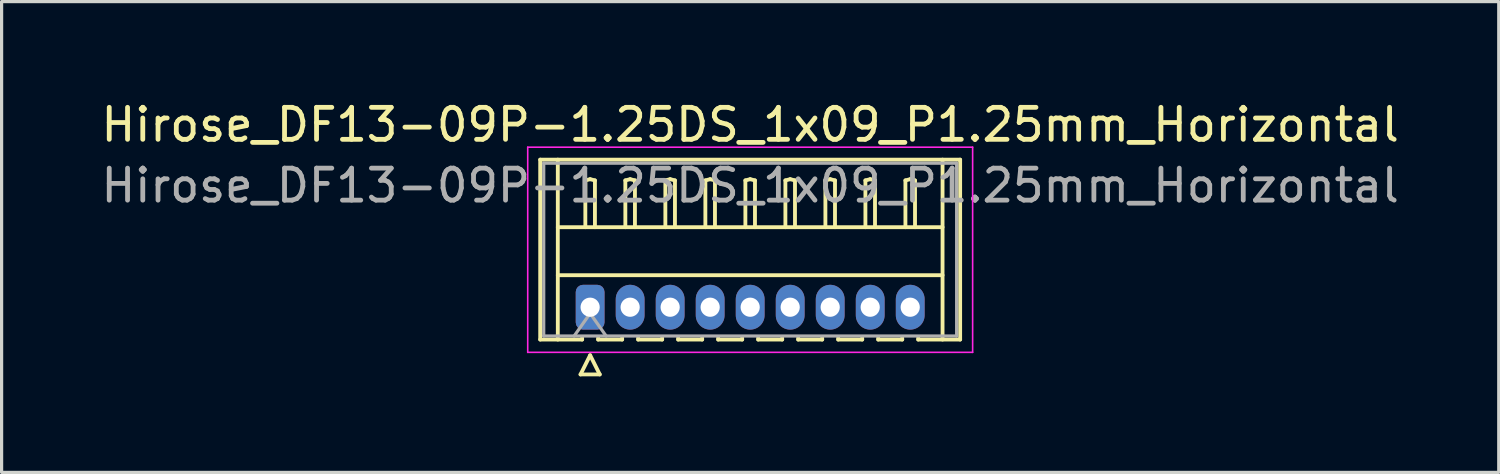
<source format=kicad_pcb>
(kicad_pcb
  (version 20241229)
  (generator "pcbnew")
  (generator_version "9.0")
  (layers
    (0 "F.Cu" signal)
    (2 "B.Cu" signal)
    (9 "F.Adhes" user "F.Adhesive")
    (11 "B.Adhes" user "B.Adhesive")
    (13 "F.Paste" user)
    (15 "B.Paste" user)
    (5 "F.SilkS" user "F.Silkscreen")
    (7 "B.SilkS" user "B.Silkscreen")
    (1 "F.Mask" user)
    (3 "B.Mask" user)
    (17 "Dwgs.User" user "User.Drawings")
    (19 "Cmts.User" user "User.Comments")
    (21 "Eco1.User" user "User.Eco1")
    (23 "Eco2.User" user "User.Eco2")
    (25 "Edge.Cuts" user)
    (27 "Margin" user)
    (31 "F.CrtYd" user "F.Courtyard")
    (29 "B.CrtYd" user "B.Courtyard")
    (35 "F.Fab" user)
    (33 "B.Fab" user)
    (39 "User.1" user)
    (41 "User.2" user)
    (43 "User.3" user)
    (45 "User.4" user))
  (footprint "Hirose_DF13-09P-1.25DS_1x09_P1.25mm_Horizontal"
    (layer "F.Cu")
    (at 15.387 6.548)
    (property "Reference" "Hirose_DF13-09P-1.25DS_1x09_P1.25mm_Horizontal" (at 5 -5.7 0) (layer "F.SilkS") (effects (font (size 1 1) (thickness 0.15))))
    (attr through_hole)
    (fp_line (start -1.56 -4.61) (end 11.56 -4.61) (stroke (width 0.12) (type solid)) (layer "F.SilkS"))
    (fp_line (start -1.56 1.01) (end -1.56 -4.61) (stroke (width 0.12) (type solid)) (layer "F.SilkS"))
    (fp_line (start -1.01 -4.61) (end -1.01 1.01) (stroke (width 0.12) (type solid)) (layer "F.SilkS"))
    (fp_line (start -1.01 -2.5) (end 11.01 -2.5) (stroke (width 0.12) (type solid)) (layer "F.SilkS"))
    (fp_line (start -1.01 -1) (end 11.01 -1) (stroke (width 0.12) (type solid)) (layer "F.SilkS"))
    (fp_line (start -0.3 2.1) (end 0.3 2.1) (stroke (width 0.12) (type solid)) (layer "F.SilkS"))
    (fp_line (start -0.25 0.96) (end -0.25 1.01) (stroke (width 0.12) (type solid)) (layer "F.SilkS"))
    (fp_line (start -0.25 1.01) (end -1.56 1.01) (stroke (width 0.12) (type solid)) (layer "F.SilkS"))
    (fp_line (start -0.15 -3.962) (end 0 -4) (stroke (width 0.12) (type solid)) (layer "F.SilkS"))
    (fp_line (start -0.15 -2.5) (end -0.15 -3.962) (stroke (width 0.12) (type solid)) (layer "F.SilkS"))
    (fp_line (start 0 -4) (end 0.15 -3.962) (stroke (width 0.12) (type solid)) (layer "F.SilkS"))
    (fp_line (start 0 1.5) (end -0.3 2.1) (stroke (width 0.12) (type solid)) (layer "F.SilkS"))
    (fp_line (start 0.15 -3.962) (end 0.15 -2.5) (stroke (width 0.12) (type solid)) (layer "F.SilkS"))
    (fp_line (start 0.25 0.96) (end 0.25 1.01) (stroke (width 0.12) (type solid)) (layer "F.SilkS"))
    (fp_line (start 0.25 1.01) (end 1 1.01) (stroke (width 0.12) (type solid)) (layer "F.SilkS"))
    (fp_line (start 0.3 2.1) (end 0 1.5) (stroke (width 0.12) (type solid)) (layer "F.SilkS"))
    (fp_line (start 1 1.01) (end 1 0.96) (stroke (width 0.12) (type solid)) (layer "F.SilkS"))
    (fp_line (start 1.1 -3.962) (end 1.25 -4) (stroke (width 0.12) (type solid)) (layer "F.SilkS"))
    (fp_line (start 1.1 -2.5) (end 1.1 -3.962) (stroke (width 0.12) (type solid)) (layer "F.SilkS"))
    (fp_line (start 1.25 -4) (end 1.4 -3.962) (stroke (width 0.12) (type solid)) (layer "F.SilkS"))
    (fp_line (start 1.4 -3.962) (end 1.4 -2.5) (stroke (width 0.12) (type solid)) (layer "F.SilkS"))
    (fp_line (start 1.5 0.96) (end 1.5 1.01) (stroke (width 0.12) (type solid)) (layer "F.SilkS"))
    (fp_line (start 1.5 1.01) (end 2.25 1.01) (stroke (width 0.12) (type solid)) (layer "F.SilkS"))
    (fp_line (start 2.25 1.01) (end 2.25 0.96) (stroke (width 0.12) (type solid)) (layer "F.SilkS"))
    (fp_line (start 2.35 -3.962) (end 2.5 -4) (stroke (width 0.12) (type solid)) (layer "F.SilkS"))
    (fp_line (start 2.35 -2.5) (end 2.35 -3.962) (stroke (width 0.12) (type solid)) (layer "F.SilkS"))
    (fp_line (start 2.5 -4) (end 2.65 -3.962) (stroke (width 0.12) (type solid)) (layer "F.SilkS"))
    (fp_line (start 2.65 -3.962) (end 2.65 -2.5) (stroke (width 0.12) (type solid)) (layer "F.SilkS"))
    (fp_line (start 2.75 0.96) (end 2.75 1.01) (stroke (width 0.12) (type solid)) (layer "F.SilkS"))
    (fp_line (start 2.75 1.01) (end 3.5 1.01) (stroke (width 0.12) (type solid)) (layer "F.SilkS"))
    (fp_line (start 3.5 1.01) (end 3.5 0.96) (stroke (width 0.12) (type solid)) (layer "F.SilkS"))
    (fp_line (start 3.6 -3.962) (end 3.75 -4) (stroke (width 0.12) (type solid)) (layer "F.SilkS"))
    (fp_line (start 3.6 -2.5) (end 3.6 -3.962) (stroke (width 0.12) (type solid)) (layer "F.SilkS"))
    (fp_line (start 3.75 -4) (end 3.9 -3.962) (stroke (width 0.12) (type solid)) (layer "F.SilkS"))
    (fp_line (start 3.9 -3.962) (end 3.9 -2.5) (stroke (width 0.12) (type solid)) (layer "F.SilkS"))
    (fp_line (start 4 0.96) (end 4 1.01) (stroke (width 0.12) (type solid)) (layer "F.SilkS"))
    (fp_line (start 4 1.01) (end 4.75 1.01) (stroke (width 0.12) (type solid)) (layer "F.SilkS"))
    (fp_line (start 4.75 1.01) (end 4.75 0.96) (stroke (width 0.12) (type solid)) (layer "F.SilkS"))
    (fp_line (start 4.85 -3.962) (end 5 -4) (stroke (width 0.12) (type solid)) (layer "F.SilkS"))
    (fp_line (start 4.85 -2.5) (end 4.85 -3.962) (stroke (width 0.12) (type solid)) (layer "F.SilkS"))
    (fp_line (start 5 -4) (end 5.15 -3.962) (stroke (width 0.12) (type solid)) (layer "F.SilkS"))
    (fp_line (start 5.15 -3.962) (end 5.15 -2.5) (stroke (width 0.12) (type solid)) (layer "F.SilkS"))
    (fp_line (start 5.25 0.96) (end 5.25 1.01) (stroke (width 0.12) (type solid)) (layer "F.SilkS"))
    (fp_line (start 5.25 1.01) (end 6 1.01) (stroke (width 0.12) (type solid)) (layer "F.SilkS"))
    (fp_line (start 6 1.01) (end 6 0.96) (stroke (width 0.12) (type solid)) (layer "F.SilkS"))
    (fp_line (start 6.1 -3.962) (end 6.25 -4) (stroke (width 0.12) (type solid)) (layer "F.SilkS"))
    (fp_line (start 6.1 -2.5) (end 6.1 -3.962) (stroke (width 0.12) (type solid)) (layer "F.SilkS"))
    (fp_line (start 6.25 -4) (end 6.4 -3.962) (stroke (width 0.12) (type solid)) (layer "F.SilkS"))
    (fp_line (start 6.4 -3.962) (end 6.4 -2.5) (stroke (width 0.12) (type solid)) (layer "F.SilkS"))
    (fp_line (start 6.5 0.96) (end 6.5 1.01) (stroke (width 0.12) (type solid)) (layer "F.SilkS"))
    (fp_line (start 6.5 1.01) (end 7.25 1.01) (stroke (width 0.12) (type solid)) (layer "F.SilkS"))
    (fp_line (start 7.25 1.01) (end 7.25 0.96) (stroke (width 0.12) (type solid)) (layer "F.SilkS"))
    (fp_line (start 7.35 -3.962) (end 7.5 -4) (stroke (width 0.12) (type solid)) (layer "F.SilkS"))
    (fp_line (start 7.35 -2.5) (end 7.35 -3.962) (stroke (width 0.12) (type solid)) (layer "F.SilkS"))
    (fp_line (start 7.5 -4) (end 7.65 -3.962) (stroke (width 0.12) (type solid)) (layer "F.SilkS"))
    (fp_line (start 7.65 -3.962) (end 7.65 -2.5) (stroke (width 0.12) (type solid)) (layer "F.SilkS"))
    (fp_line (start 7.75 0.96) (end 7.75 1.01) (stroke (width 0.12) (type solid)) (layer "F.SilkS"))
    (fp_line (start 7.75 1.01) (end 8.5 1.01) (stroke (width 0.12) (type solid)) (layer "F.SilkS"))
    (fp_line (start 8.5 1.01) (end 8.5 0.96) (stroke (width 0.12) (type solid)) (layer "F.SilkS"))
    (fp_line (start 8.6 -3.962) (end 8.75 -4) (stroke (width 0.12) (type solid)) (layer "F.SilkS"))
    (fp_line (start 8.6 -2.5) (end 8.6 -3.962) (stroke (width 0.12) (type solid)) (layer "F.SilkS"))
    (fp_line (start 8.75 -4) (end 8.9 -3.962) (stroke (width 0.12) (type solid)) (layer "F.SilkS"))
    (fp_line (start 8.9 -3.962) (end 8.9 -2.5) (stroke (width 0.12) (type solid)) (layer "F.SilkS"))
    (fp_line (start 9 0.96) (end 9 1.01) (stroke (width 0.12) (type solid)) (layer "F.SilkS"))
    (fp_line (start 9 1.01) (end 9.75 1.01) (stroke (width 0.12) (type solid)) (layer "F.SilkS"))
    (fp_line (start 9.75 1.01) (end 9.75 0.96) (stroke (width 0.12) (type solid)) (layer "F.SilkS"))
    (fp_line (start 9.85 -3.962) (end 10 -4) (stroke (width 0.12) (type solid)) (layer "F.SilkS"))
    (fp_line (start 9.85 -2.5) (end 9.85 -3.962) (stroke (width 0.12) (type solid)) (layer "F.SilkS"))
    (fp_line (start 10 -4) (end 10.15 -3.962) (stroke (width 0.12) (type solid)) (layer "F.SilkS"))
    (fp_line (start 10.15 -3.962) (end 10.15 -2.5) (stroke (width 0.12) (type solid)) (layer "F.SilkS"))
    (fp_line (start 10.25 1.01) (end 10.25 0.96) (stroke (width 0.12) (type solid)) (layer "F.SilkS"))
    (fp_line (start 11.01 -4.61) (end 11.01 1.01) (stroke (width 0.12) (type solid)) (layer "F.SilkS"))
    (fp_line (start 11.56 -4.61) (end 11.56 1.01) (stroke (width 0.12) (type solid)) (layer "F.SilkS"))
    (fp_line (start 11.56 1.01) (end 10.25 1.01) (stroke (width 0.12) (type solid)) (layer "F.SilkS"))
    (fp_line (start -1.95 -5) (end -1.95 1.41) (stroke (width 0.05) (type solid)) (layer "F.CrtYd"))
    (fp_line (start -1.95 1.41) (end 11.95 1.41) (stroke (width 0.05) (type solid)) (layer "F.CrtYd"))
    (fp_line (start 11.95 -5) (end -1.95 -5) (stroke (width 0.05) (type solid)) (layer "F.CrtYd"))
    (fp_line (start 11.95 1.41) (end 11.95 -5) (stroke (width 0.05) (type solid)) (layer "F.CrtYd"))
    (fp_line (start -1.45 -4.5) (end -1.45 0.9) (stroke (width 0.1) (type solid)) (layer "F.Fab"))
    (fp_line (start -1.45 0.9) (end 11.45 0.9) (stroke (width 0.1) (type solid)) (layer "F.Fab"))
    (fp_line (start -0.5 0.9) (end 0 0.193) (stroke (width 0.1) (type solid)) (layer "F.Fab"))
    (fp_line (start 0 0.193) (end 0.5 0.9) (stroke (width 0.1) (type solid)) (layer "F.Fab"))
    (fp_line (start 11.45 -4.5) (end -1.45 -4.5) (stroke (width 0.1) (type solid)) (layer "F.Fab"))
    (fp_line (start 11.45 0.9) (end 11.45 -4.5) (stroke (width 0.1) (type solid)) (layer "F.Fab"))
    (fp_text user "${REFERENCE}" (at 5 -3.8 0) (layer "F.Fab") (effects (font (size 1 1) (thickness 0.15))))
    (pad "1" thru_hole roundrect (at 0 0) (size 0.9 1.4) (drill 0.6) (layers "*.Cu" "*.Mask") (roundrect_rratio 0.25))
    (pad "2" thru_hole oval (at 1.25 0) (size 0.9 1.4) (drill 0.6) (layers "*.Cu" "*.Mask"))
    (pad "3" thru_hole oval (at 2.5 0) (size 0.9 1.4) (drill 0.6) (layers "*.Cu" "*.Mask"))
    (pad "4" thru_hole oval (at 3.75 0) (size 0.9 1.4) (drill 0.6) (layers "*.Cu" "*.Mask"))
    (pad "5" thru_hole oval (at 5 0) (size 0.9 1.4) (drill 0.6) (layers "*.Cu" "*.Mask"))
    (pad "6" thru_hole oval (at 6.25 0) (size 0.9 1.4) (drill 0.6) (layers "*.Cu" "*.Mask"))
    (pad "7" thru_hole oval (at 7.5 0) (size 0.9 1.4) (drill 0.6) (layers "*.Cu" "*.Mask"))
    (pad "8" thru_hole oval (at 8.75 0) (size 0.9 1.4) (drill 0.6) (layers "*.Cu" "*.Mask"))
    (pad "9" thru_hole oval (at 10 0) (size 0.9 1.4) (drill 0.6) (layers "*.Cu" "*.Mask")))
  (gr_rect
    (start -3 -3)
    (end 43.774 11.708)
    (stroke (width 0.1) (type default))
    (fill no)
    (layer "Edge.Cuts")))
</source>
